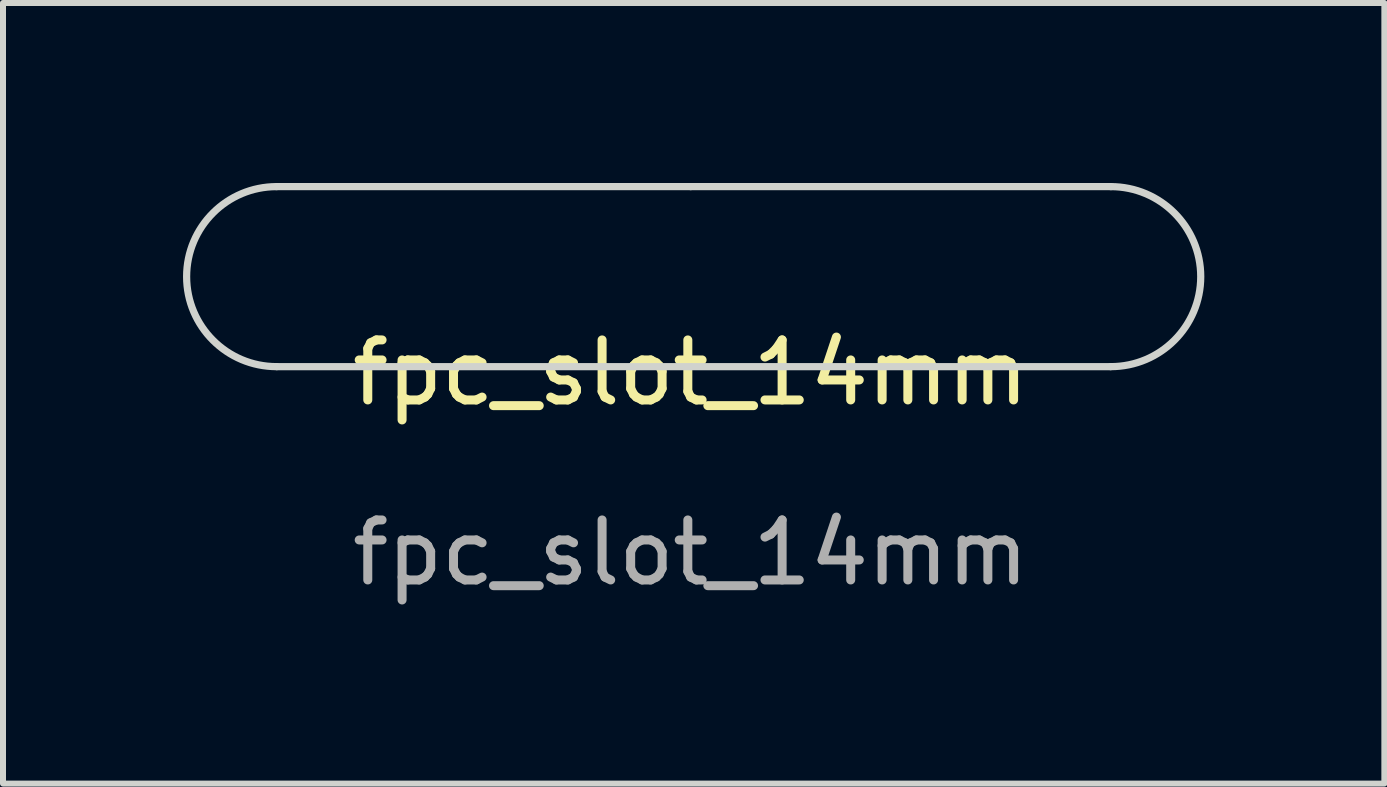
<source format=kicad_pcb>
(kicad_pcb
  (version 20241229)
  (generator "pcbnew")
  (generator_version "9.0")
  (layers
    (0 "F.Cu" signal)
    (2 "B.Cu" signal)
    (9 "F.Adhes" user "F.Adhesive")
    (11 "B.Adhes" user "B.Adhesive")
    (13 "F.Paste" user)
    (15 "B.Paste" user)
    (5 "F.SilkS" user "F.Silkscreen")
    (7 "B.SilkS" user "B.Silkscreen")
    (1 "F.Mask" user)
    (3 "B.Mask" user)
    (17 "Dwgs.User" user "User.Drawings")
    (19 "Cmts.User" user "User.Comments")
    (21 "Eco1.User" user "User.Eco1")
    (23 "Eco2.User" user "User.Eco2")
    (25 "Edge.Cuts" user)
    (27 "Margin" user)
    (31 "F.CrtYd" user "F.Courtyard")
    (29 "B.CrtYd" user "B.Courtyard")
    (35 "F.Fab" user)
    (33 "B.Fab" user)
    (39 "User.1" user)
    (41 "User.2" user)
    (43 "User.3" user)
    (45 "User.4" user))
  (footprint "fpc_slot_14mm"
    (layer "F.Cu")
    (at 8.46 3.66)
    (property "Reference" "fpc_slot_14mm" (at 0 -0.5 0) (unlocked yes) (layer "F.SilkS") (effects (font (size 1 1) (thickness 0.15))))
    (attr through_hole)
    (fp_line (start 0 -3.6) (end -6.9 -3.6) (stroke (width 0.12) (type solid)) (layer "Edge.Cuts"))
    (fp_line (start 0 -3.6) (end 7 -3.6) (stroke (width 0.12) (type solid)) (layer "Edge.Cuts"))
    (fp_line (start 0 -0.6) (end -6.9 -0.6) (stroke (width 0.12) (type solid)) (layer "Edge.Cuts"))
    (fp_line (start 0 -0.6) (end 7 -0.6) (stroke (width 0.12) (type solid)) (layer "Edge.Cuts"))
    (fp_arc (start -6.9 -0.6) (mid -8.4 -2.1) (end -6.9 -3.6) (stroke (width 0.12) (type solid)) (layer "Edge.Cuts"))
    (fp_arc (start 7 -3.6) (mid 8.5 -2.1) (end 7 -0.6) (stroke (width 0.12) (type solid)) (layer "Edge.Cuts"))
    (fp_text user "${REFERENCE}" (at 0 2.5 0) (unlocked yes) (layer "F.Fab") (effects (font (size 1 1) (thickness 0.15)))))
  (gr_rect
    (start -3 -3)
    (end 20.02 10.008)
    (stroke (width 0.1) (type default))
    (fill no)
    (layer "Edge.Cuts")))
</source>
